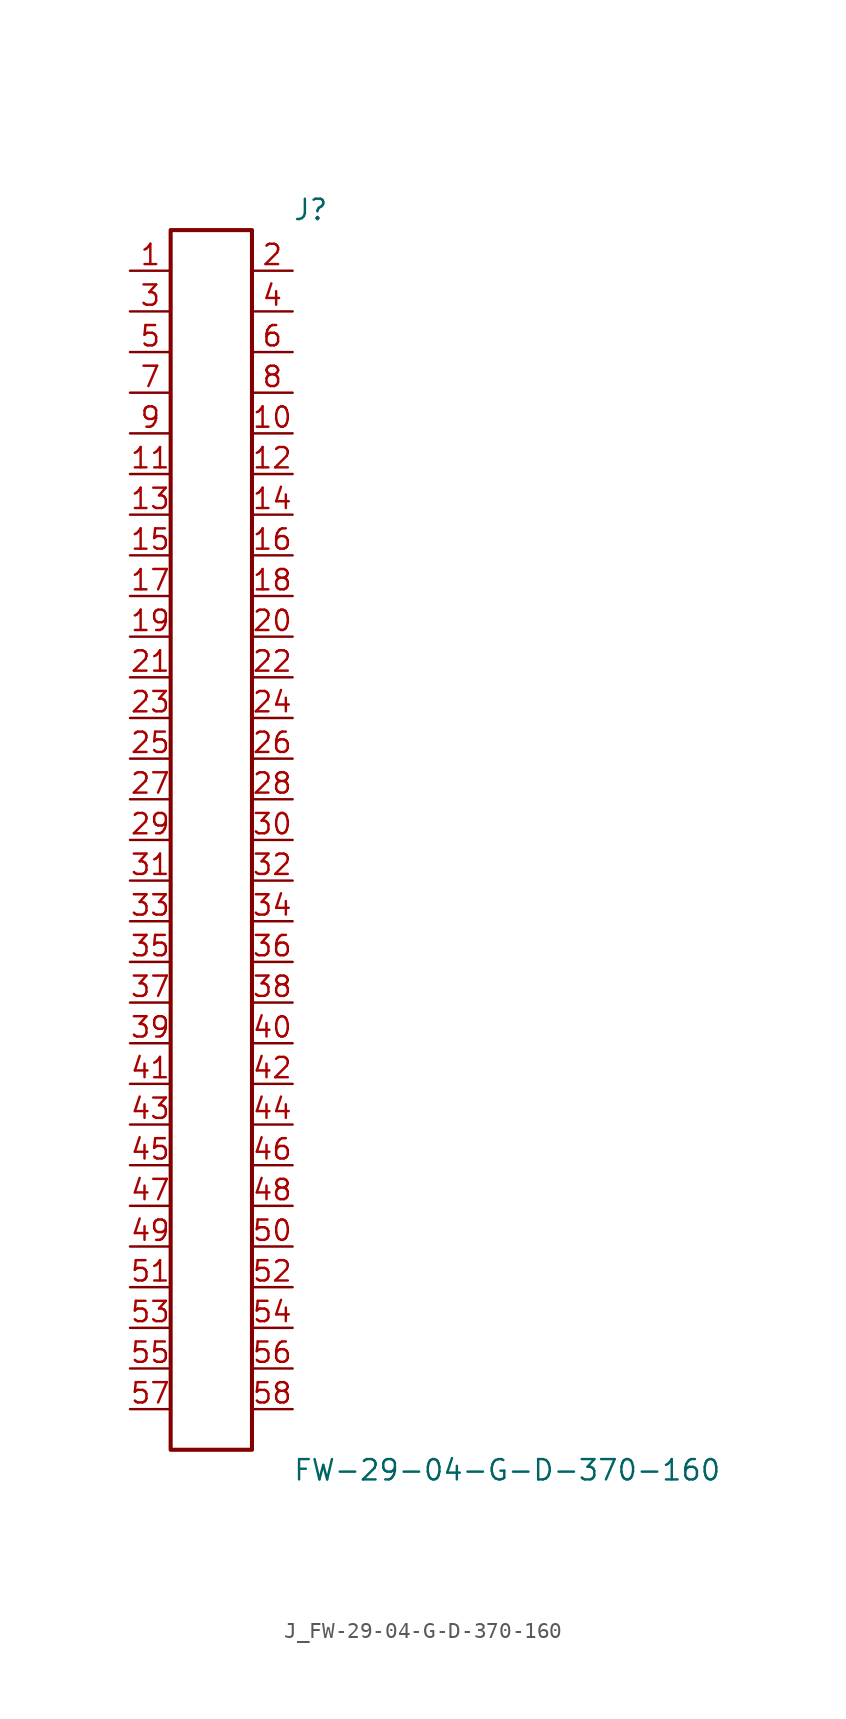
<source format=kicad_sym>
(kicad_symbol_lib
  (version 20231120)
  (generator kicad_symbol_editor)
  (generator_version 8.0)
  (symbol "J_FW-29-04-G-D-370-160"
    (pin_names
      (offset 0.254))
    (property "Reference" "J"
      (at 5.08 39.37 0)
      (effects (font (size 1.27 1.27)) (justify left)))
    (property "Value" "FW-29-04-G-D-370-160"
      (at 5.08 -39.37 0)
      (effects (font (size 1.27 1.27)) (justify left)))
    (symbol "J_FW-29-04-G-D-370-160_0_0"
      (pin unspecified line (at -5.08 35.56 0) (length 2.54) (name "" (effects (font (size 1.27 1.27)))) (number "1" (effects (font (size 1.27 1.27)))))
      (pin unspecified line (at 5.08 35.56 180) (length 2.54) (name "" (effects (font (size 1.27 1.27)))) (number "2" (effects (font (size 1.27 1.27)))))
      (pin unspecified line (at -5.08 33.02 0) (length 2.54) (name "" (effects (font (size 1.27 1.27)))) (number "3" (effects (font (size 1.27 1.27)))))
      (pin unspecified line (at 5.08 33.02 180) (length 2.54) (name "" (effects (font (size 1.27 1.27)))) (number "4" (effects (font (size 1.27 1.27)))))
      (pin unspecified line (at -5.08 30.48 0) (length 2.54) (name "" (effects (font (size 1.27 1.27)))) (number "5" (effects (font (size 1.27 1.27)))))
      (pin unspecified line (at 5.08 30.48 180) (length 2.54) (name "" (effects (font (size 1.27 1.27)))) (number "6" (effects (font (size 1.27 1.27)))))
      (pin unspecified line (at -5.08 27.94 0) (length 2.54) (name "" (effects (font (size 1.27 1.27)))) (number "7" (effects (font (size 1.27 1.27)))))
      (pin unspecified line (at 5.08 27.94 180) (length 2.54) (name "" (effects (font (size 1.27 1.27)))) (number "8" (effects (font (size 1.27 1.27)))))
      (pin unspecified line (at -5.08 25.4 0) (length 2.54) (name "" (effects (font (size 1.27 1.27)))) (number "9" (effects (font (size 1.27 1.27)))))
      (pin unspecified line (at 5.08 25.4 180) (length 2.54) (name "" (effects (font (size 1.27 1.27)))) (number "10" (effects (font (size 1.27 1.27)))))
      (pin unspecified line (at -5.08 22.86 0) (length 2.54) (name "" (effects (font (size 1.27 1.27)))) (number "11" (effects (font (size 1.27 1.27)))))
      (pin unspecified line (at 5.08 22.86 180) (length 2.54) (name "" (effects (font (size 1.27 1.27)))) (number "12" (effects (font (size 1.27 1.27)))))
      (pin unspecified line (at -5.08 20.32 0) (length 2.54) (name "" (effects (font (size 1.27 1.27)))) (number "13" (effects (font (size 1.27 1.27)))))
      (pin unspecified line (at 5.08 20.32 180) (length 2.54) (name "" (effects (font (size 1.27 1.27)))) (number "14" (effects (font (size 1.27 1.27)))))
      (pin unspecified line (at -5.08 17.78 0) (length 2.54) (name "" (effects (font (size 1.27 1.27)))) (number "15" (effects (font (size 1.27 1.27)))))
      (pin unspecified line (at 5.08 17.78 180) (length 2.54) (name "" (effects (font (size 1.27 1.27)))) (number "16" (effects (font (size 1.27 1.27)))))
      (pin unspecified line (at -5.08 15.24 0) (length 2.54) (name "" (effects (font (size 1.27 1.27)))) (number "17" (effects (font (size 1.27 1.27)))))
      (pin unspecified line (at 5.08 15.24 180) (length 2.54) (name "" (effects (font (size 1.27 1.27)))) (number "18" (effects (font (size 1.27 1.27)))))
      (pin unspecified line (at -5.08 12.7 0) (length 2.54) (name "" (effects (font (size 1.27 1.27)))) (number "19" (effects (font (size 1.27 1.27)))))
      (pin unspecified line (at 5.08 12.7 180) (length 2.54) (name "" (effects (font (size 1.27 1.27)))) (number "20" (effects (font (size 1.27 1.27)))))
      (pin unspecified line (at -5.08 10.16 0) (length 2.54) (name "" (effects (font (size 1.27 1.27)))) (number "21" (effects (font (size 1.27 1.27)))))
      (pin unspecified line (at 5.08 10.16 180) (length 2.54) (name "" (effects (font (size 1.27 1.27)))) (number "22" (effects (font (size 1.27 1.27)))))
      (pin unspecified line (at -5.08 7.62 0) (length 2.54) (name "" (effects (font (size 1.27 1.27)))) (number "23" (effects (font (size 1.27 1.27)))))
      (pin unspecified line (at 5.08 7.62 180) (length 2.54) (name "" (effects (font (size 1.27 1.27)))) (number "24" (effects (font (size 1.27 1.27)))))
      (pin unspecified line (at -5.08 5.08 0) (length 2.54) (name "" (effects (font (size 1.27 1.27)))) (number "25" (effects (font (size 1.27 1.27)))))
      (pin unspecified line (at 5.08 5.08 180) (length 2.54) (name "" (effects (font (size 1.27 1.27)))) (number "26" (effects (font (size 1.27 1.27)))))
      (pin unspecified line (at -5.08 2.54 0) (length 2.54) (name "" (effects (font (size 1.27 1.27)))) (number "27" (effects (font (size 1.27 1.27)))))
      (pin unspecified line (at 5.08 2.54 180) (length 2.54) (name "" (effects (font (size 1.27 1.27)))) (number "28" (effects (font (size 1.27 1.27)))))
      (pin unspecified line (at -5.08 0.0 0) (length 2.54) (name "" (effects (font (size 1.27 1.27)))) (number "29" (effects (font (size 1.27 1.27)))))
      (pin unspecified line (at 5.08 0.0 180) (length 2.54) (name "" (effects (font (size 1.27 1.27)))) (number "30" (effects (font (size 1.27 1.27)))))
      (pin unspecified line (at -5.08 -2.54 0) (length 2.54) (name "" (effects (font (size 1.27 1.27)))) (number "31" (effects (font (size 1.27 1.27)))))
      (pin unspecified line (at 5.08 -2.54 180) (length 2.54) (name "" (effects (font (size 1.27 1.27)))) (number "32" (effects (font (size 1.27 1.27)))))
      (pin unspecified line (at -5.08 -5.08 0) (length 2.54) (name "" (effects (font (size 1.27 1.27)))) (number "33" (effects (font (size 1.27 1.27)))))
      (pin unspecified line (at 5.08 -5.08 180) (length 2.54) (name "" (effects (font (size 1.27 1.27)))) (number "34" (effects (font (size 1.27 1.27)))))
      (pin unspecified line (at -5.08 -7.62 0) (length 2.54) (name "" (effects (font (size 1.27 1.27)))) (number "35" (effects (font (size 1.27 1.27)))))
      (pin unspecified line (at 5.08 -7.62 180) (length 2.54) (name "" (effects (font (size 1.27 1.27)))) (number "36" (effects (font (size 1.27 1.27)))))
      (pin unspecified line (at -5.08 -10.16 0) (length 2.54) (name "" (effects (font (size 1.27 1.27)))) (number "37" (effects (font (size 1.27 1.27)))))
      (pin unspecified line (at 5.08 -10.16 180) (length 2.54) (name "" (effects (font (size 1.27 1.27)))) (number "38" (effects (font (size 1.27 1.27)))))
      (pin unspecified line (at -5.08 -12.7 0) (length 2.54) (name "" (effects (font (size 1.27 1.27)))) (number "39" (effects (font (size 1.27 1.27)))))
      (pin unspecified line (at 5.08 -12.7 180) (length 2.54) (name "" (effects (font (size 1.27 1.27)))) (number "40" (effects (font (size 1.27 1.27)))))
      (pin unspecified line (at -5.08 -15.24 0) (length 2.54) (name "" (effects (font (size 1.27 1.27)))) (number "41" (effects (font (size 1.27 1.27)))))
      (pin unspecified line (at 5.08 -15.24 180) (length 2.54) (name "" (effects (font (size 1.27 1.27)))) (number "42" (effects (font (size 1.27 1.27)))))
      (pin unspecified line (at -5.08 -17.78 0) (length 2.54) (name "" (effects (font (size 1.27 1.27)))) (number "43" (effects (font (size 1.27 1.27)))))
      (pin unspecified line (at 5.08 -17.78 180) (length 2.54) (name "" (effects (font (size 1.27 1.27)))) (number "44" (effects (font (size 1.27 1.27)))))
      (pin unspecified line (at -5.08 -20.32 0) (length 2.54) (name "" (effects (font (size 1.27 1.27)))) (number "45" (effects (font (size 1.27 1.27)))))
      (pin unspecified line (at 5.08 -20.32 180) (length 2.54) (name "" (effects (font (size 1.27 1.27)))) (number "46" (effects (font (size 1.27 1.27)))))
      (pin unspecified line (at -5.08 -22.86 0) (length 2.54) (name "" (effects (font (size 1.27 1.27)))) (number "47" (effects (font (size 1.27 1.27)))))
      (pin unspecified line (at 5.08 -22.86 180) (length 2.54) (name "" (effects (font (size 1.27 1.27)))) (number "48" (effects (font (size 1.27 1.27)))))
      (pin unspecified line (at -5.08 -25.4 0) (length 2.54) (name "" (effects (font (size 1.27 1.27)))) (number "49" (effects (font (size 1.27 1.27)))))
      (pin unspecified line (at 5.08 -25.4 180) (length 2.54) (name "" (effects (font (size 1.27 1.27)))) (number "50" (effects (font (size 1.27 1.27)))))
      (pin unspecified line (at -5.08 -27.94 0) (length 2.54) (name "" (effects (font (size 1.27 1.27)))) (number "51" (effects (font (size 1.27 1.27)))))
      (pin unspecified line (at 5.08 -27.94 180) (length 2.54) (name "" (effects (font (size 1.27 1.27)))) (number "52" (effects (font (size 1.27 1.27)))))
      (pin unspecified line (at -5.08 -30.48 0) (length 2.54) (name "" (effects (font (size 1.27 1.27)))) (number "53" (effects (font (size 1.27 1.27)))))
      (pin unspecified line (at 5.08 -30.48 180) (length 2.54) (name "" (effects (font (size 1.27 1.27)))) (number "54" (effects (font (size 1.27 1.27)))))
      (pin unspecified line (at -5.08 -33.02 0) (length 2.54) (name "" (effects (font (size 1.27 1.27)))) (number "55" (effects (font (size 1.27 1.27)))))
      (pin unspecified line (at 5.08 -33.02 180) (length 2.54) (name "" (effects (font (size 1.27 1.27)))) (number "56" (effects (font (size 1.27 1.27)))))
      (pin unspecified line (at -5.08 -35.56 0) (length 2.54) (name "" (effects (font (size 1.27 1.27)))) (number "57" (effects (font (size 1.27 1.27)))))
      (pin unspecified line (at 5.08 -35.56 180) (length 2.54) (name "" (effects (font (size 1.27 1.27)))) (number "58" (effects (font (size 1.27 1.27))))))
    (symbol "J_FW-29-04-G-D-370-160_1_0"
      (rectangle (start -2.54 38.1) (end 2.54 -38.1) (stroke (width 0.254) (type solid)) (fill (type none))))))
</source>
